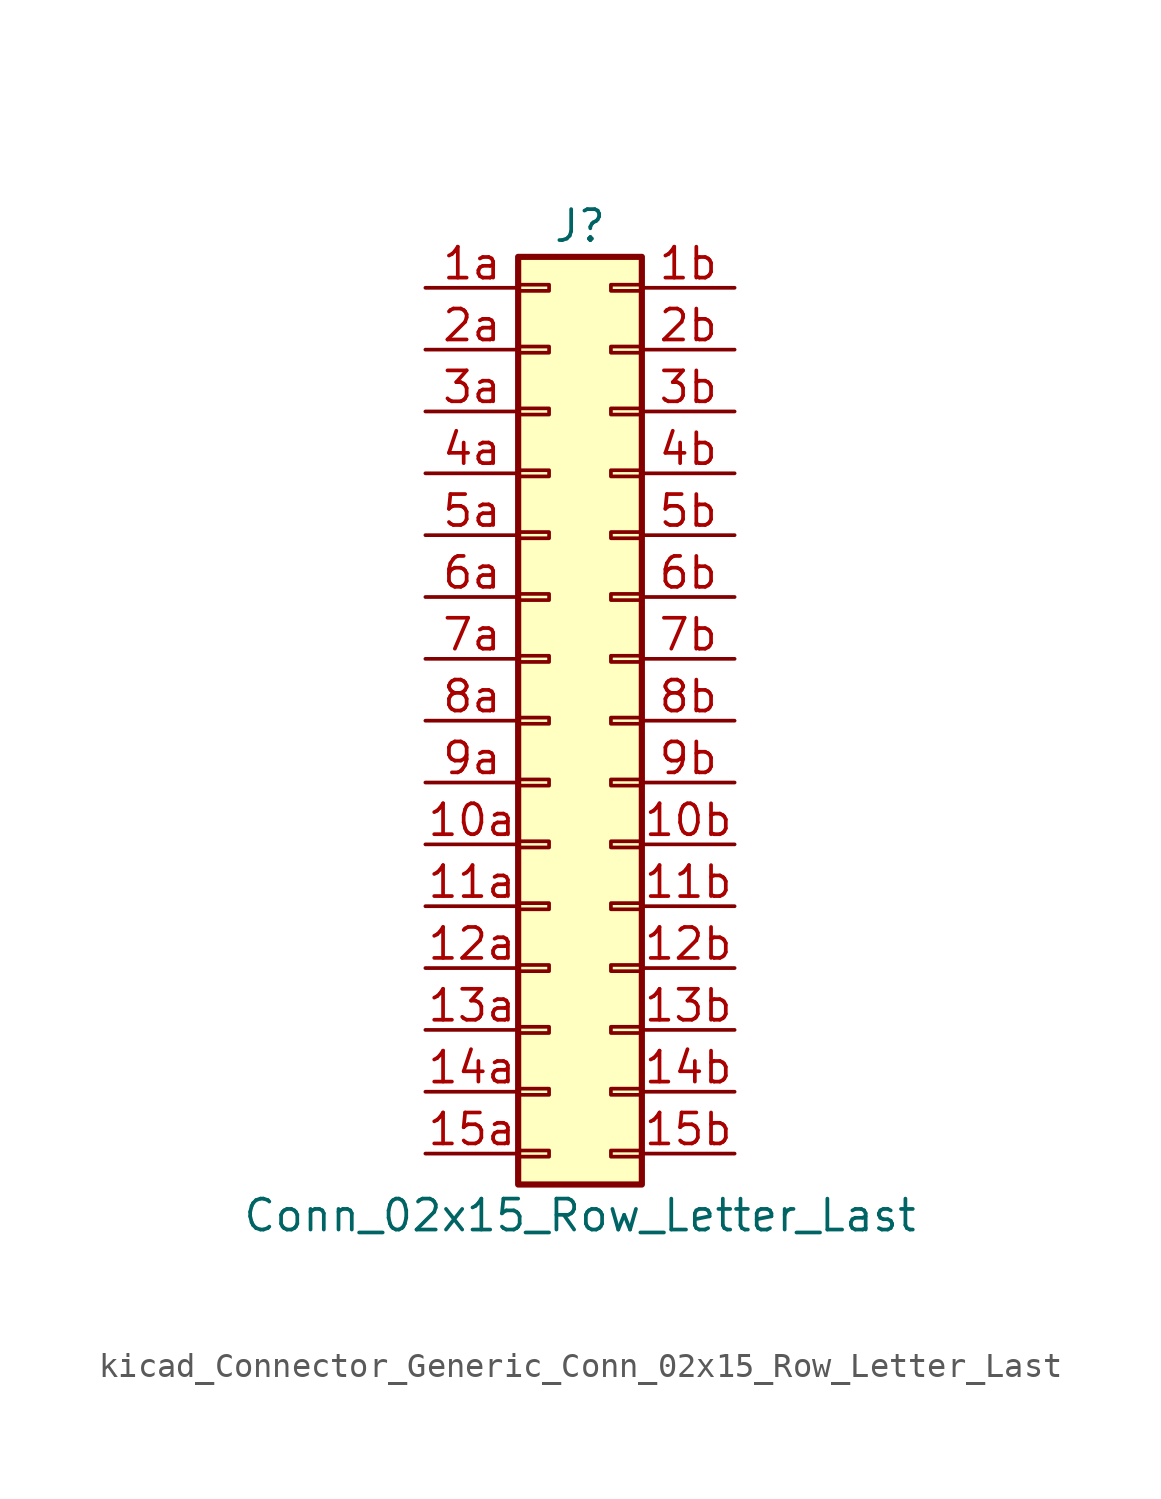
<source format=kicad_sym>
(kicad_symbol_lib
  (version 20220914)
  (generator kicad_symbol_editor)
  (symbol "kicad_Connector_Generic_Conn_02x15_Row_Letter_Last"
    (pin_names
      (offset 1.016) hide)
    (property "Reference" "J"
      (at 1.27 20.32 0)
      (effects (font (size 1.27 1.27))))
    (property "Value" "Conn_02x15_Row_Letter_Last"
      (at 1.27 -20.32 0)
      (effects (font (size 1.27 1.27))))
    (symbol "kicad_Connector_Generic_Conn_02x15_Row_Letter_Last_1_1"
      (rectangle (start -1.27 -17.653) (end 0 -17.907) (stroke (width 0.152) (type default)) (fill (type none)))
      (rectangle (start -1.27 -15.113) (end 0 -15.367) (stroke (width 0.152) (type default)) (fill (type none)))
      (rectangle (start -1.27 -12.573) (end 0 -12.827) (stroke (width 0.152) (type default)) (fill (type none)))
      (rectangle (start -1.27 -10.033) (end 0 -10.287) (stroke (width 0.152) (type default)) (fill (type none)))
      (rectangle (start -1.27 -7.493) (end 0 -7.747) (stroke (width 0.152) (type default)) (fill (type none)))
      (rectangle (start -1.27 -4.953) (end 0 -5.207) (stroke (width 0.152) (type default)) (fill (type none)))
      (rectangle (start -1.27 -2.413) (end 0 -2.667) (stroke (width 0.152) (type default)) (fill (type none)))
      (rectangle (start -1.27 0.127) (end 0 -0.127) (stroke (width 0.152) (type default)) (fill (type none)))
      (rectangle (start -1.27 2.667) (end 0 2.413) (stroke (width 0.152) (type default)) (fill (type none)))
      (rectangle (start -1.27 5.207) (end 0 4.953) (stroke (width 0.152) (type default)) (fill (type none)))
      (rectangle (start -1.27 7.747) (end 0 7.493) (stroke (width 0.152) (type default)) (fill (type none)))
      (rectangle (start -1.27 10.287) (end 0 10.033) (stroke (width 0.152) (type default)) (fill (type none)))
      (rectangle (start -1.27 12.827) (end 0 12.573) (stroke (width 0.152) (type default)) (fill (type none)))
      (rectangle (start -1.27 15.367) (end 0 15.113) (stroke (width 0.152) (type default)) (fill (type none)))
      (rectangle (start -1.27 17.907) (end 0 17.653) (stroke (width 0.152) (type default)) (fill (type none)))
      (rectangle (start -1.27 19.05) (end 3.81 -19.05) (stroke (width 0.254) (type default)) (fill (type background)))
      (rectangle (start 3.81 -17.653) (end 2.54 -17.907) (stroke (width 0.152) (type default)) (fill (type none)))
      (rectangle (start 3.81 -15.113) (end 2.54 -15.367) (stroke (width 0.152) (type default)) (fill (type none)))
      (rectangle (start 3.81 -12.573) (end 2.54 -12.827) (stroke (width 0.152) (type default)) (fill (type none)))
      (rectangle (start 3.81 -10.033) (end 2.54 -10.287) (stroke (width 0.152) (type default)) (fill (type none)))
      (rectangle (start 3.81 -7.493) (end 2.54 -7.747) (stroke (width 0.152) (type default)) (fill (type none)))
      (rectangle (start 3.81 -4.953) (end 2.54 -5.207) (stroke (width 0.152) (type default)) (fill (type none)))
      (rectangle (start 3.81 -2.413) (end 2.54 -2.667) (stroke (width 0.152) (type default)) (fill (type none)))
      (rectangle (start 3.81 0.127) (end 2.54 -0.127) (stroke (width 0.152) (type default)) (fill (type none)))
      (rectangle (start 3.81 2.667) (end 2.54 2.413) (stroke (width 0.152) (type default)) (fill (type none)))
      (rectangle (start 3.81 5.207) (end 2.54 4.953) (stroke (width 0.152) (type default)) (fill (type none)))
      (rectangle (start 3.81 7.747) (end 2.54 7.493) (stroke (width 0.152) (type default)) (fill (type none)))
      (rectangle (start 3.81 10.287) (end 2.54 10.033) (stroke (width 0.152) (type default)) (fill (type none)))
      (rectangle (start 3.81 12.827) (end 2.54 12.573) (stroke (width 0.152) (type default)) (fill (type none)))
      (rectangle (start 3.81 15.367) (end 2.54 15.113) (stroke (width 0.152) (type default)) (fill (type none)))
      (rectangle (start 3.81 17.907) (end 2.54 17.653) (stroke (width 0.152) (type default)) (fill (type none)))
      (pin passive line (at -5.08 -5.08 0) (length 3.81) (name "Pin_10a" (effects (font (size 1.27 1.27)))) (number "10a" (effects (font (size 1.27 1.27)))))
      (pin passive line (at 7.62 -5.08 180) (length 3.81) (name "Pin_10b" (effects (font (size 1.27 1.27)))) (number "10b" (effects (font (size 1.27 1.27)))))
      (pin passive line (at -5.08 -7.62 0) (length 3.81) (name "Pin_11a" (effects (font (size 1.27 1.27)))) (number "11a" (effects (font (size 1.27 1.27)))))
      (pin passive line (at 7.62 -7.62 180) (length 3.81) (name "Pin_11b" (effects (font (size 1.27 1.27)))) (number "11b" (effects (font (size 1.27 1.27)))))
      (pin passive line (at -5.08 -10.16 0) (length 3.81) (name "Pin_12a" (effects (font (size 1.27 1.27)))) (number "12a" (effects (font (size 1.27 1.27)))))
      (pin passive line (at 7.62 -10.16 180) (length 3.81) (name "Pin_12b" (effects (font (size 1.27 1.27)))) (number "12b" (effects (font (size 1.27 1.27)))))
      (pin passive line (at -5.08 -12.7 0) (length 3.81) (name "Pin_13a" (effects (font (size 1.27 1.27)))) (number "13a" (effects (font (size 1.27 1.27)))))
      (pin passive line (at 7.62 -12.7 180) (length 3.81) (name "Pin_13b" (effects (font (size 1.27 1.27)))) (number "13b" (effects (font (size 1.27 1.27)))))
      (pin passive line (at -5.08 -15.24 0) (length 3.81) (name "Pin_14a" (effects (font (size 1.27 1.27)))) (number "14a" (effects (font (size 1.27 1.27)))))
      (pin passive line (at 7.62 -15.24 180) (length 3.81) (name "Pin_14b" (effects (font (size 1.27 1.27)))) (number "14b" (effects (font (size 1.27 1.27)))))
      (pin passive line (at -5.08 -17.78 0) (length 3.81) (name "Pin_15a" (effects (font (size 1.27 1.27)))) (number "15a" (effects (font (size 1.27 1.27)))))
      (pin passive line (at 7.62 -17.78 180) (length 3.81) (name "Pin_15b" (effects (font (size 1.27 1.27)))) (number "15b" (effects (font (size 1.27 1.27)))))
      (pin passive line (at -5.08 17.78 0) (length 3.81) (name "Pin_1a" (effects (font (size 1.27 1.27)))) (number "1a" (effects (font (size 1.27 1.27)))))
      (pin passive line (at 7.62 17.78 180) (length 3.81) (name "Pin_1b" (effects (font (size 1.27 1.27)))) (number "1b" (effects (font (size 1.27 1.27)))))
      (pin passive line (at -5.08 15.24 0) (length 3.81) (name "Pin_2a" (effects (font (size 1.27 1.27)))) (number "2a" (effects (font (size 1.27 1.27)))))
      (pin passive line (at 7.62 15.24 180) (length 3.81) (name "Pin_2b" (effects (font (size 1.27 1.27)))) (number "2b" (effects (font (size 1.27 1.27)))))
      (pin passive line (at -5.08 12.7 0) (length 3.81) (name "Pin_3a" (effects (font (size 1.27 1.27)))) (number "3a" (effects (font (size 1.27 1.27)))))
      (pin passive line (at 7.62 12.7 180) (length 3.81) (name "Pin_3b" (effects (font (size 1.27 1.27)))) (number "3b" (effects (font (size 1.27 1.27)))))
      (pin passive line (at -5.08 10.16 0) (length 3.81) (name "Pin_4a" (effects (font (size 1.27 1.27)))) (number "4a" (effects (font (size 1.27 1.27)))))
      (pin passive line (at 7.62 10.16 180) (length 3.81) (name "Pin_4b" (effects (font (size 1.27 1.27)))) (number "4b" (effects (font (size 1.27 1.27)))))
      (pin passive line (at -5.08 7.62 0) (length 3.81) (name "Pin_5a" (effects (font (size 1.27 1.27)))) (number "5a" (effects (font (size 1.27 1.27)))))
      (pin passive line (at 7.62 7.62 180) (length 3.81) (name "Pin_5b" (effects (font (size 1.27 1.27)))) (number "5b" (effects (font (size 1.27 1.27)))))
      (pin passive line (at -5.08 5.08 0) (length 3.81) (name "Pin_6a" (effects (font (size 1.27 1.27)))) (number "6a" (effects (font (size 1.27 1.27)))))
      (pin passive line (at 7.62 5.08 180) (length 3.81) (name "Pin_6b" (effects (font (size 1.27 1.27)))) (number "6b" (effects (font (size 1.27 1.27)))))
      (pin passive line (at -5.08 2.54 0) (length 3.81) (name "Pin_7a" (effects (font (size 1.27 1.27)))) (number "7a" (effects (font (size 1.27 1.27)))))
      (pin passive line (at 7.62 2.54 180) (length 3.81) (name "Pin_7b" (effects (font (size 1.27 1.27)))) (number "7b" (effects (font (size 1.27 1.27)))))
      (pin passive line (at -5.08 0 0) (length 3.81) (name "Pin_8a" (effects (font (size 1.27 1.27)))) (number "8a" (effects (font (size 1.27 1.27)))))
      (pin passive line (at 7.62 0 180) (length 3.81) (name "Pin_8b" (effects (font (size 1.27 1.27)))) (number "8b" (effects (font (size 1.27 1.27)))))
      (pin passive line (at -5.08 -2.54 0) (length 3.81) (name "Pin_9a" (effects (font (size 1.27 1.27)))) (number "9a" (effects (font (size 1.27 1.27)))))
      (pin passive line (at 7.62 -2.54 180) (length 3.81) (name "Pin_9b" (effects (font (size 1.27 1.27)))) (number "9b" (effects (font (size 1.27 1.27))))))))
</source>
